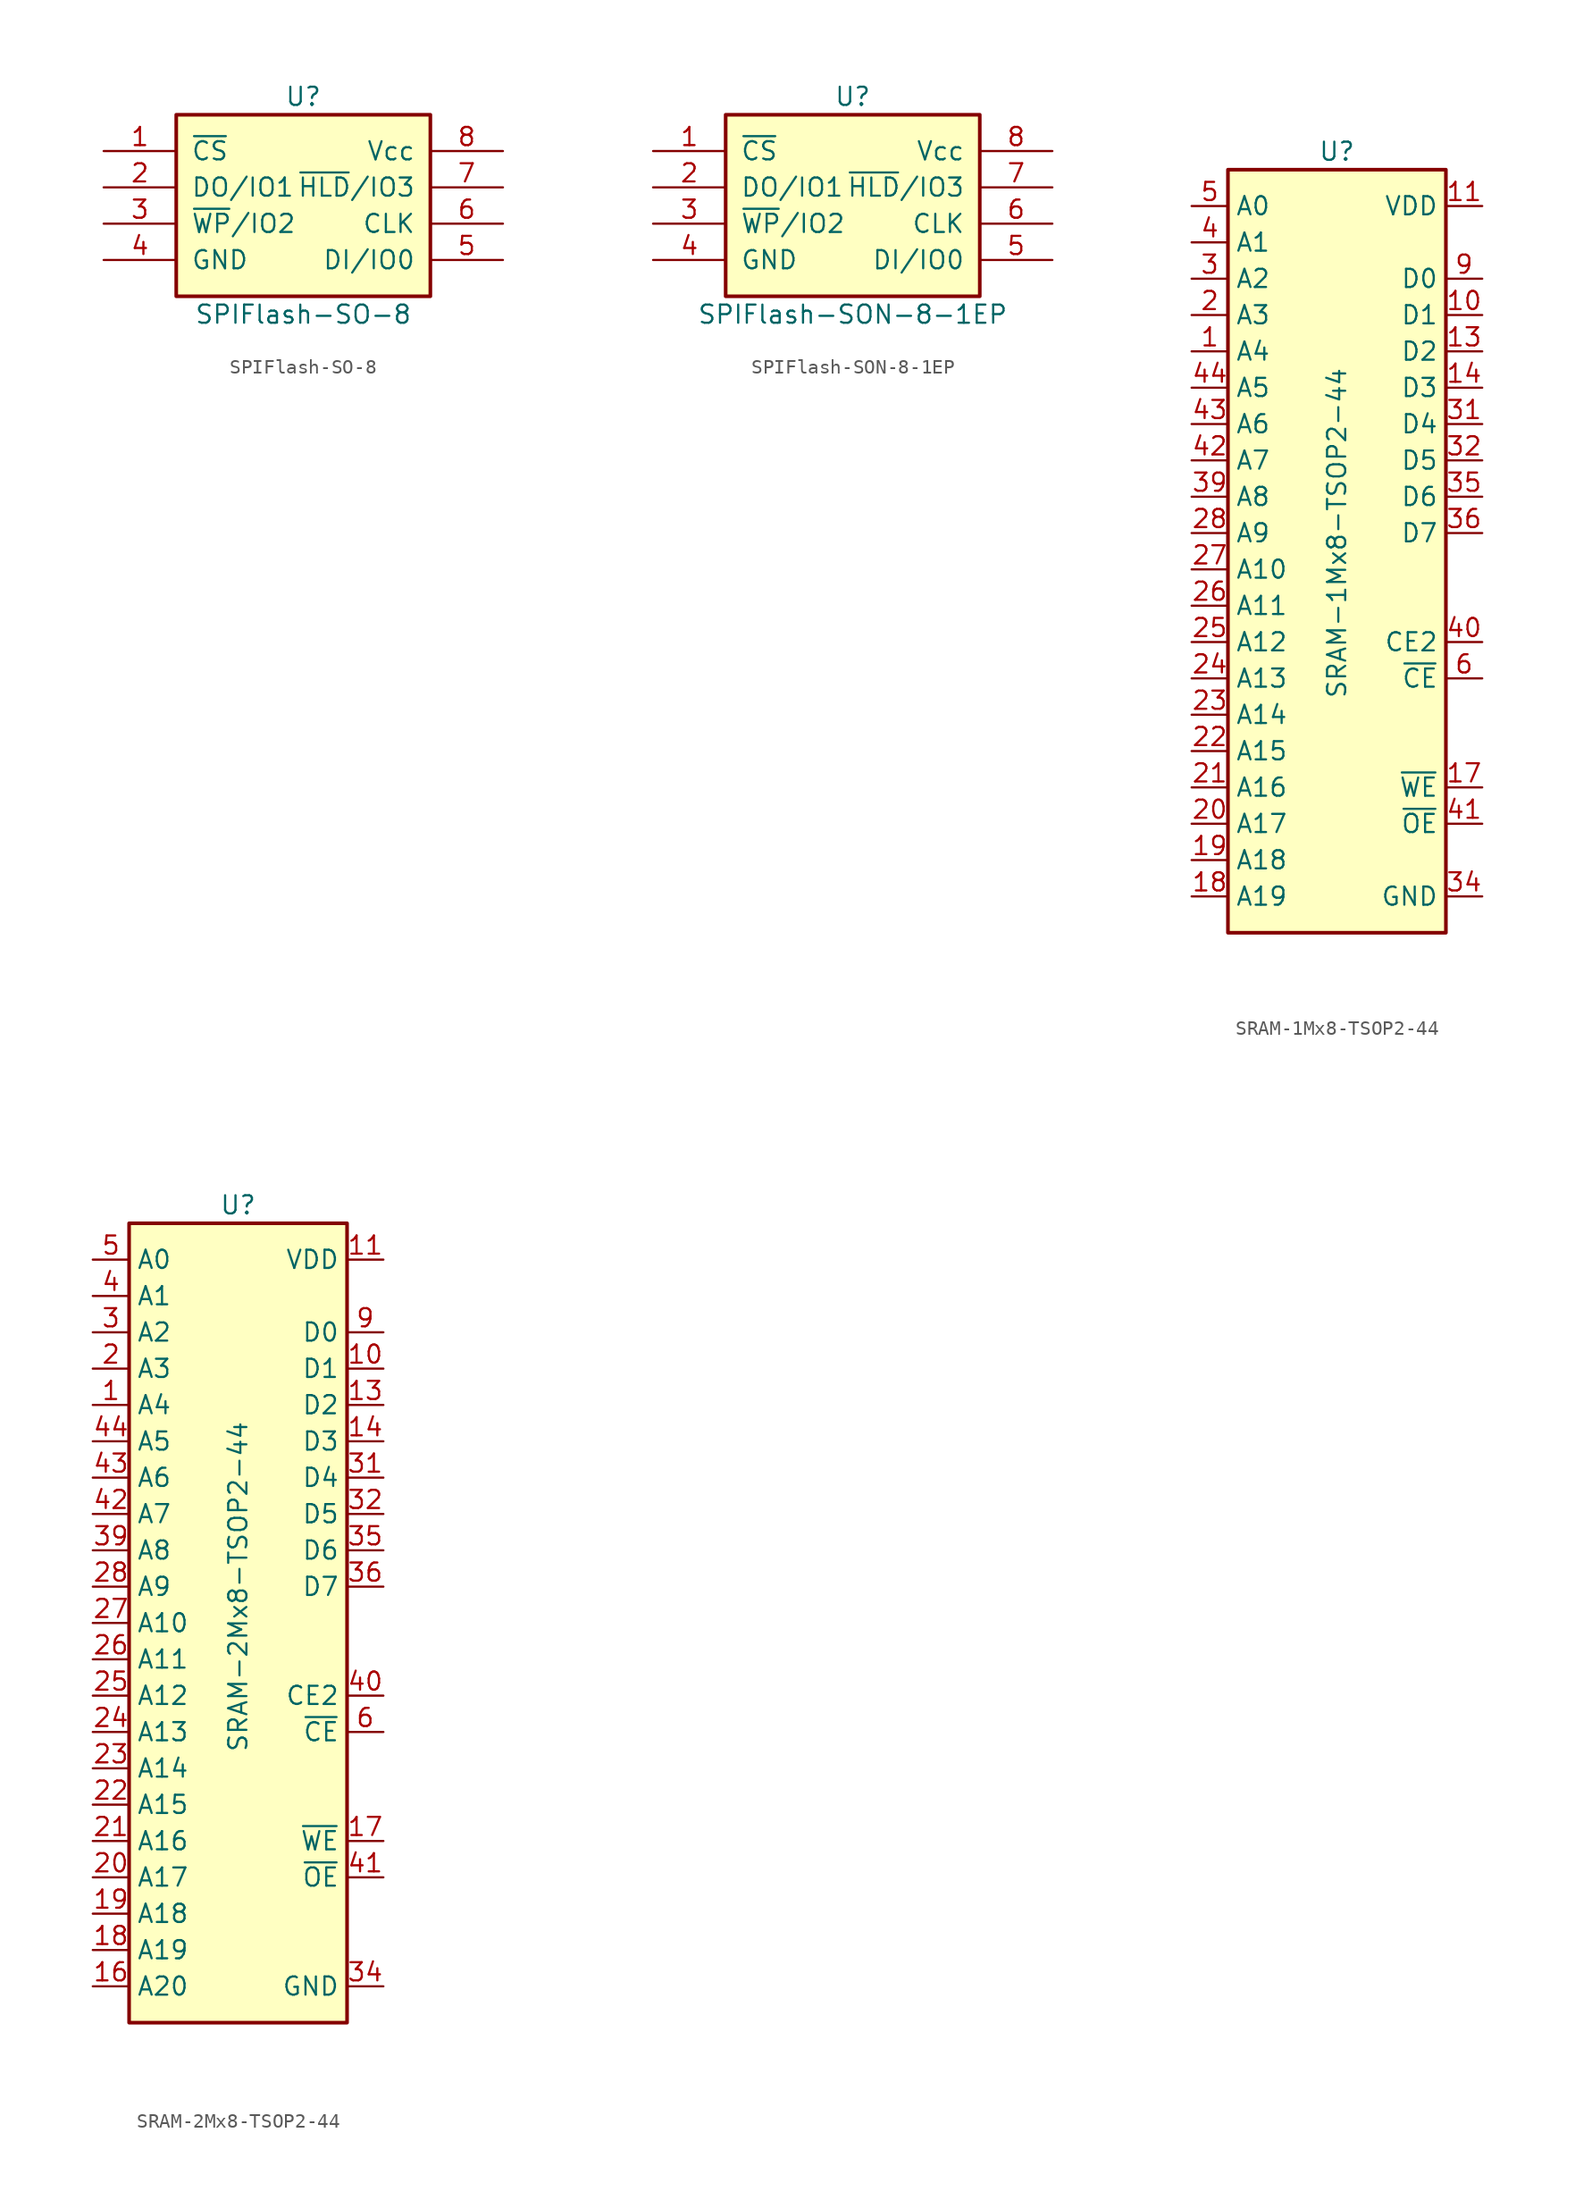
<source format=kicad_sym>
(kicad_symbol_lib
  (version 20231120)
  (generator "kicad_symbol_editor")
  (generator_version "8.0")
  (symbol "SPIFlash-SO-8"
    (pin_names
      (offset 1.016))
    (property "Reference" "U"
      (at 0 8.89 0)
      (effects (font (size 1.27 1.27))))
    (property "Value" "SPIFlash-SO-8"
      (at 0 -6.35 0)
      (effects (font (size 1.27 1.27))))
    (symbol "SPIFlash-SO-8_0_1"
      (rectangle (start -8.89 7.62) (end 8.89 -5.08) (stroke (width 0.254) (type default)) (fill (type background))))
    (symbol "SPIFlash-SO-8_1_1"
      (pin input line (at -13.97 5.08 0) (length 5.08) (name "~{CS}" (effects (font (size 1.27 1.27)))) (number "1" (effects (font (size 1.27 1.27)))))
      (pin bidirectional line (at -13.97 2.54 0) (length 5.08) (name "DO/IO1" (effects (font (size 1.27 1.27)))) (number "2" (effects (font (size 1.27 1.27)))))
      (pin bidirectional line (at -13.97 0 0) (length 5.08) (name "~{WP}/IO2" (effects (font (size 1.27 1.27)))) (number "3" (effects (font (size 1.27 1.27)))))
      (pin power_in line (at -13.97 -2.54 0) (length 5.08) (name "GND" (effects (font (size 1.27 1.27)))) (number "4" (effects (font (size 1.27 1.27)))))
      (pin bidirectional line (at 13.97 -2.54 180) (length 5.08) (name "DI/IO0" (effects (font (size 1.27 1.27)))) (number "5" (effects (font (size 1.27 1.27)))))
      (pin input line (at 13.97 0 180) (length 5.08) (name "CLK" (effects (font (size 1.27 1.27)))) (number "6" (effects (font (size 1.27 1.27)))))
      (pin bidirectional line (at 13.97 2.54 180) (length 5.08) (name "~{HLD}/IO3" (effects (font (size 1.27 1.27)))) (number "7" (effects (font (size 1.27 1.27)))))
      (pin power_in line (at 13.97 5.08 180) (length 5.08) (name "Vcc" (effects (font (size 1.27 1.27)))) (number "8" (effects (font (size 1.27 1.27)))))))
  (symbol "SPIFlash-SON-8-1EP"
    (pin_names
      (offset 1.016))
    (property "Reference" "U"
      (at 0 8.89 0)
      (effects (font (size 1.27 1.27))))
    (property "Value" "SPIFlash-SON-8-1EP"
      (at 0 -6.35 0)
      (effects (font (size 1.27 1.27))))
    (symbol "SPIFlash-SON-8-1EP_0_1"
      (rectangle (start -8.89 7.62) (end 8.89 -5.08) (stroke (width 0.254) (type default)) (fill (type background))))
    (symbol "SPIFlash-SON-8-1EP_1_1"
      (pin input line (at -13.97 5.08 0) (length 5.08) (name "~{CS}" (effects (font (size 1.27 1.27)))) (number "1" (effects (font (size 1.27 1.27)))))
      (pin bidirectional line (at -13.97 2.54 0) (length 5.08) (name "DO/IO1" (effects (font (size 1.27 1.27)))) (number "2" (effects (font (size 1.27 1.27)))))
      (pin bidirectional line (at -13.97 0 0) (length 5.08) (name "~{WP}/IO2" (effects (font (size 1.27 1.27)))) (number "3" (effects (font (size 1.27 1.27)))))
      (pin power_in line (at -13.97 -2.54 0) (length 5.08) (name "GND" (effects (font (size 1.27 1.27)))) (number "4" (effects (font (size 1.27 1.27)))))
      (pin bidirectional line (at 13.97 -2.54 180) (length 5.08) (name "DI/IO0" (effects (font (size 1.27 1.27)))) (number "5" (effects (font (size 1.27 1.27)))))
      (pin input line (at 13.97 0 180) (length 5.08) (name "CLK" (effects (font (size 1.27 1.27)))) (number "6" (effects (font (size 1.27 1.27)))))
      (pin bidirectional line (at 13.97 2.54 180) (length 5.08) (name "~{HLD}/IO3" (effects (font (size 1.27 1.27)))) (number "7" (effects (font (size 1.27 1.27)))))
      (pin power_in line (at 13.97 5.08 180) (length 5.08) (name "Vcc" (effects (font (size 1.27 1.27)))) (number "8" (effects (font (size 1.27 1.27)))))
      (pin power_in line (at -13.97 -2.54 0) (length 5.08) hide (name "GND" (effects (font (size 1.27 1.27)))) (number "9" (effects (font (size 1.27 1.27)))))))
  (symbol "SRAM-1Mx8-TSOP2-44"
    (property "Reference" "U"
      (at 0 27.94 0)
      (effects (font (size 1.27 1.27))))
    (property "Value" "SRAM-1Mx8-TSOP2-44"
      (at 0 1.27 90)
      (effects (font (size 1.27 1.27))))
    (symbol "SRAM-1Mx8-TSOP2-44_0_1"
      (rectangle (start -7.62 26.67) (end 7.62 -26.67) (stroke (width 0.254) (type default)) (fill (type background))))
    (symbol "SRAM-1Mx8-TSOP2-44_1_1"
      (pin input line (at -10.16 13.97 0) (length 2.54) (name "A4" (effects (font (size 1.27 1.27)))) (number "1" (effects (font (size 1.27 1.27)))))
      (pin bidirectional line (at 10.16 16.51 180) (length 2.54) (name "D1" (effects (font (size 1.27 1.27)))) (number "10" (effects (font (size 1.27 1.27)))))
      (pin power_in line (at 10.16 24.13 180) (length 2.54) (name "VDD" (effects (font (size 1.27 1.27)))) (number "11" (effects (font (size 1.27 1.27)))))
      (pin passive line (at 10.16 -24.13 180) (length 2.54) hide (name "GND" (effects (font (size 1.27 1.27)))) (number "12" (effects (font (size 1.27 1.27)))))
      (pin bidirectional line (at 10.16 13.97 180) (length 2.54) (name "D2" (effects (font (size 1.27 1.27)))) (number "13" (effects (font (size 1.27 1.27)))))
      (pin bidirectional line (at 10.16 11.43 180) (length 2.54) (name "D3" (effects (font (size 1.27 1.27)))) (number "14" (effects (font (size 1.27 1.27)))))
      (pin no_connect line (at 10.16 0 180) (length 2.54) hide (name "NC" (effects (font (size 1.27 1.27)))) (number "15" (effects (font (size 1.27 1.27)))))
      (pin no_connect line (at 10.16 20.32 180) (length 2.54) hide (name "NC" (effects (font (size 1.27 1.27)))) (number "16" (effects (font (size 1.27 1.27)))))
      (pin input line (at 10.16 -16.51 180) (length 2.54) (name "~{WE}" (effects (font (size 1.27 1.27)))) (number "17" (effects (font (size 1.27 1.27)))))
      (pin input line (at -10.16 -24.13 0) (length 2.54) (name "A19" (effects (font (size 1.27 1.27)))) (number "18" (effects (font (size 1.27 1.27)))))
      (pin input line (at -10.16 -21.59 0) (length 2.54) (name "A18" (effects (font (size 1.27 1.27)))) (number "19" (effects (font (size 1.27 1.27)))))
      (pin input line (at -10.16 16.51 0) (length 2.54) (name "A3" (effects (font (size 1.27 1.27)))) (number "2" (effects (font (size 1.27 1.27)))))
      (pin input line (at -10.16 -19.05 0) (length 2.54) (name "A17" (effects (font (size 1.27 1.27)))) (number "20" (effects (font (size 1.27 1.27)))))
      (pin input line (at -10.16 -16.51 0) (length 2.54) (name "A16" (effects (font (size 1.27 1.27)))) (number "21" (effects (font (size 1.27 1.27)))))
      (pin input line (at -10.16 -13.97 0) (length 2.54) (name "A15" (effects (font (size 1.27 1.27)))) (number "22" (effects (font (size 1.27 1.27)))))
      (pin input line (at -10.16 -11.43 0) (length 2.54) (name "A14" (effects (font (size 1.27 1.27)))) (number "23" (effects (font (size 1.27 1.27)))))
      (pin input line (at -10.16 -8.89 0) (length 2.54) (name "A13" (effects (font (size 1.27 1.27)))) (number "24" (effects (font (size 1.27 1.27)))))
      (pin input line (at -10.16 -6.35 0) (length 2.54) (name "A12" (effects (font (size 1.27 1.27)))) (number "25" (effects (font (size 1.27 1.27)))))
      (pin input line (at -10.16 -3.81 0) (length 2.54) (name "A11" (effects (font (size 1.27 1.27)))) (number "26" (effects (font (size 1.27 1.27)))))
      (pin input line (at -10.16 -1.27 0) (length 2.54) (name "A10" (effects (font (size 1.27 1.27)))) (number "27" (effects (font (size 1.27 1.27)))))
      (pin input line (at -10.16 1.27 0) (length 2.54) (name "A9" (effects (font (size 1.27 1.27)))) (number "28" (effects (font (size 1.27 1.27)))))
      (pin no_connect line (at 10.16 -1.27 180) (length 2.54) hide (name "NC" (effects (font (size 1.27 1.27)))) (number "29" (effects (font (size 1.27 1.27)))))
      (pin input line (at -10.16 19.05 0) (length 2.54) (name "A2" (effects (font (size 1.27 1.27)))) (number "3" (effects (font (size 1.27 1.27)))))
      (pin no_connect line (at 10.16 -2.54 180) (length 2.54) hide (name "NC" (effects (font (size 1.27 1.27)))) (number "30" (effects (font (size 1.27 1.27)))))
      (pin bidirectional line (at 10.16 8.89 180) (length 2.54) (name "D4" (effects (font (size 1.27 1.27)))) (number "31" (effects (font (size 1.27 1.27)))))
      (pin bidirectional line (at 10.16 6.35 180) (length 2.54) (name "D5" (effects (font (size 1.27 1.27)))) (number "32" (effects (font (size 1.27 1.27)))))
      (pin power_in line (at 10.16 24.13 180) (length 2.54) hide (name "VDD" (effects (font (size 1.27 1.27)))) (number "33" (effects (font (size 1.27 1.27)))))
      (pin power_in line (at 10.16 -24.13 180) (length 2.54) (name "GND" (effects (font (size 1.27 1.27)))) (number "34" (effects (font (size 1.27 1.27)))))
      (pin bidirectional line (at 10.16 3.81 180) (length 2.54) (name "D6" (effects (font (size 1.27 1.27)))) (number "35" (effects (font (size 1.27 1.27)))))
      (pin bidirectional line (at 10.16 1.27 180) (length 2.54) (name "D7" (effects (font (size 1.27 1.27)))) (number "36" (effects (font (size 1.27 1.27)))))
      (pin no_connect line (at 10.16 -3.81 180) (length 2.54) hide (name "NC" (effects (font (size 1.27 1.27)))) (number "37" (effects (font (size 1.27 1.27)))))
      (pin no_connect line (at 10.16 -5.08 180) (length 2.54) hide (name "NC" (effects (font (size 1.27 1.27)))) (number "38" (effects (font (size 1.27 1.27)))))
      (pin input line (at -10.16 3.81 0) (length 2.54) (name "A8" (effects (font (size 1.27 1.27)))) (number "39" (effects (font (size 1.27 1.27)))))
      (pin input line (at -10.16 21.59 0) (length 2.54) (name "A1" (effects (font (size 1.27 1.27)))) (number "4" (effects (font (size 1.27 1.27)))))
      (pin input line (at 10.16 -6.35 180) (length 2.54) (name "CE2" (effects (font (size 1.27 1.27)))) (number "40" (effects (font (size 1.27 1.27)))))
      (pin input line (at 10.16 -19.05 180) (length 2.54) (name "~{OE}" (effects (font (size 1.27 1.27)))) (number "41" (effects (font (size 1.27 1.27)))))
      (pin input line (at -10.16 6.35 0) (length 2.54) (name "A7" (effects (font (size 1.27 1.27)))) (number "42" (effects (font (size 1.27 1.27)))))
      (pin input line (at -10.16 8.89 0) (length 2.54) (name "A6" (effects (font (size 1.27 1.27)))) (number "43" (effects (font (size 1.27 1.27)))))
      (pin input line (at -10.16 11.43 0) (length 2.54) (name "A5" (effects (font (size 1.27 1.27)))) (number "44" (effects (font (size 1.27 1.27)))))
      (pin input line (at -10.16 24.13 0) (length 2.54) (name "A0" (effects (font (size 1.27 1.27)))) (number "5" (effects (font (size 1.27 1.27)))))
      (pin input line (at 10.16 -8.89 180) (length 2.54) (name "~{CE}" (effects (font (size 1.27 1.27)))) (number "6" (effects (font (size 1.27 1.27)))))
      (pin no_connect line (at 10.16 22.86 180) (length 2.54) hide (name "NC" (effects (font (size 1.27 1.27)))) (number "7" (effects (font (size 1.27 1.27)))))
      (pin no_connect line (at 10.16 21.59 180) (length 2.54) hide (name "NC" (effects (font (size 1.27 1.27)))) (number "8" (effects (font (size 1.27 1.27)))))
      (pin bidirectional line (at 10.16 19.05 180) (length 2.54) (name "D0" (effects (font (size 1.27 1.27)))) (number "9" (effects (font (size 1.27 1.27)))))))
  (symbol "SRAM-2Mx8-TSOP2-44"
    (property "Reference" "U"
      (at 0 29.21 0)
      (effects (font (size 1.27 1.27))))
    (property "Value" "SRAM-2Mx8-TSOP2-44"
      (at 0 2.54 90)
      (effects (font (size 1.27 1.27))))
    (symbol "SRAM-2Mx8-TSOP2-44_0_1"
      (rectangle (start -7.62 27.94) (end 7.62 -27.94) (stroke (width 0.254) (type default)) (fill (type background))))
    (symbol "SRAM-2Mx8-TSOP2-44_1_1"
      (pin input line (at -10.16 15.24 0) (length 2.54) (name "A4" (effects (font (size 1.27 1.27)))) (number "1" (effects (font (size 1.27 1.27)))))
      (pin bidirectional line (at 10.16 17.78 180) (length 2.54) (name "D1" (effects (font (size 1.27 1.27)))) (number "10" (effects (font (size 1.27 1.27)))))
      (pin power_in line (at 10.16 25.4 180) (length 2.54) (name "VDD" (effects (font (size 1.27 1.27)))) (number "11" (effects (font (size 1.27 1.27)))))
      (pin passive line (at 10.16 -25.4 180) (length 2.54) hide (name "GND" (effects (font (size 1.27 1.27)))) (number "12" (effects (font (size 1.27 1.27)))))
      (pin bidirectional line (at 10.16 15.24 180) (length 2.54) (name "D2" (effects (font (size 1.27 1.27)))) (number "13" (effects (font (size 1.27 1.27)))))
      (pin bidirectional line (at 10.16 12.7 180) (length 2.54) (name "D3" (effects (font (size 1.27 1.27)))) (number "14" (effects (font (size 1.27 1.27)))))
      (pin no_connect line (at 10.16 1.27 180) (length 2.54) hide (name "NC" (effects (font (size 1.27 1.27)))) (number "15" (effects (font (size 1.27 1.27)))))
      (pin input line (at -10.16 -25.4 0) (length 2.54) (name "A20" (effects (font (size 1.27 1.27)))) (number "16" (effects (font (size 1.27 1.27)))))
      (pin no_connect line (at 10.16 21.59 180) (length 2.54) hide (name "NC" (effects (font (size 1.27 1.27)))) (number "16" (effects (font (size 1.27 1.27)))))
      (pin input line (at 10.16 -15.24 180) (length 2.54) (name "~{WE}" (effects (font (size 1.27 1.27)))) (number "17" (effects (font (size 1.27 1.27)))))
      (pin input line (at -10.16 -22.86 0) (length 2.54) (name "A19" (effects (font (size 1.27 1.27)))) (number "18" (effects (font (size 1.27 1.27)))))
      (pin input line (at -10.16 -20.32 0) (length 2.54) (name "A18" (effects (font (size 1.27 1.27)))) (number "19" (effects (font (size 1.27 1.27)))))
      (pin input line (at -10.16 17.78 0) (length 2.54) (name "A3" (effects (font (size 1.27 1.27)))) (number "2" (effects (font (size 1.27 1.27)))))
      (pin input line (at -10.16 -17.78 0) (length 2.54) (name "A17" (effects (font (size 1.27 1.27)))) (number "20" (effects (font (size 1.27 1.27)))))
      (pin input line (at -10.16 -15.24 0) (length 2.54) (name "A16" (effects (font (size 1.27 1.27)))) (number "21" (effects (font (size 1.27 1.27)))))
      (pin input line (at -10.16 -12.7 0) (length 2.54) (name "A15" (effects (font (size 1.27 1.27)))) (number "22" (effects (font (size 1.27 1.27)))))
      (pin input line (at -10.16 -10.16 0) (length 2.54) (name "A14" (effects (font (size 1.27 1.27)))) (number "23" (effects (font (size 1.27 1.27)))))
      (pin input line (at -10.16 -7.62 0) (length 2.54) (name "A13" (effects (font (size 1.27 1.27)))) (number "24" (effects (font (size 1.27 1.27)))))
      (pin input line (at -10.16 -5.08 0) (length 2.54) (name "A12" (effects (font (size 1.27 1.27)))) (number "25" (effects (font (size 1.27 1.27)))))
      (pin input line (at -10.16 -2.54 0) (length 2.54) (name "A11" (effects (font (size 1.27 1.27)))) (number "26" (effects (font (size 1.27 1.27)))))
      (pin input line (at -10.16 0 0) (length 2.54) (name "A10" (effects (font (size 1.27 1.27)))) (number "27" (effects (font (size 1.27 1.27)))))
      (pin input line (at -10.16 2.54 0) (length 2.54) (name "A9" (effects (font (size 1.27 1.27)))) (number "28" (effects (font (size 1.27 1.27)))))
      (pin no_connect line (at 10.16 0 180) (length 2.54) hide (name "NC" (effects (font (size 1.27 1.27)))) (number "29" (effects (font (size 1.27 1.27)))))
      (pin input line (at -10.16 20.32 0) (length 2.54) (name "A2" (effects (font (size 1.27 1.27)))) (number "3" (effects (font (size 1.27 1.27)))))
      (pin no_connect line (at 10.16 -1.27 180) (length 2.54) hide (name "NC" (effects (font (size 1.27 1.27)))) (number "30" (effects (font (size 1.27 1.27)))))
      (pin bidirectional line (at 10.16 10.16 180) (length 2.54) (name "D4" (effects (font (size 1.27 1.27)))) (number "31" (effects (font (size 1.27 1.27)))))
      (pin bidirectional line (at 10.16 7.62 180) (length 2.54) (name "D5" (effects (font (size 1.27 1.27)))) (number "32" (effects (font (size 1.27 1.27)))))
      (pin power_in line (at 10.16 25.4 180) (length 2.54) hide (name "VDD" (effects (font (size 1.27 1.27)))) (number "33" (effects (font (size 1.27 1.27)))))
      (pin power_in line (at 10.16 -25.4 180) (length 2.54) (name "GND" (effects (font (size 1.27 1.27)))) (number "34" (effects (font (size 1.27 1.27)))))
      (pin bidirectional line (at 10.16 5.08 180) (length 2.54) (name "D6" (effects (font (size 1.27 1.27)))) (number "35" (effects (font (size 1.27 1.27)))))
      (pin bidirectional line (at 10.16 2.54 180) (length 2.54) (name "D7" (effects (font (size 1.27 1.27)))) (number "36" (effects (font (size 1.27 1.27)))))
      (pin no_connect line (at 10.16 -2.54 180) (length 2.54) hide (name "NC" (effects (font (size 1.27 1.27)))) (number "37" (effects (font (size 1.27 1.27)))))
      (pin no_connect line (at 10.16 -3.81 180) (length 2.54) hide (name "NC" (effects (font (size 1.27 1.27)))) (number "38" (effects (font (size 1.27 1.27)))))
      (pin input line (at -10.16 5.08 0) (length 2.54) (name "A8" (effects (font (size 1.27 1.27)))) (number "39" (effects (font (size 1.27 1.27)))))
      (pin input line (at -10.16 22.86 0) (length 2.54) (name "A1" (effects (font (size 1.27 1.27)))) (number "4" (effects (font (size 1.27 1.27)))))
      (pin input line (at 10.16 -5.08 180) (length 2.54) (name "CE2" (effects (font (size 1.27 1.27)))) (number "40" (effects (font (size 1.27 1.27)))))
      (pin input line (at 10.16 -17.78 180) (length 2.54) (name "~{OE}" (effects (font (size 1.27 1.27)))) (number "41" (effects (font (size 1.27 1.27)))))
      (pin input line (at -10.16 7.62 0) (length 2.54) (name "A7" (effects (font (size 1.27 1.27)))) (number "42" (effects (font (size 1.27 1.27)))))
      (pin input line (at -10.16 10.16 0) (length 2.54) (name "A6" (effects (font (size 1.27 1.27)))) (number "43" (effects (font (size 1.27 1.27)))))
      (pin input line (at -10.16 12.7 0) (length 2.54) (name "A5" (effects (font (size 1.27 1.27)))) (number "44" (effects (font (size 1.27 1.27)))))
      (pin input line (at -10.16 25.4 0) (length 2.54) (name "A0" (effects (font (size 1.27 1.27)))) (number "5" (effects (font (size 1.27 1.27)))))
      (pin input line (at 10.16 -7.62 180) (length 2.54) (name "~{CE}" (effects (font (size 1.27 1.27)))) (number "6" (effects (font (size 1.27 1.27)))))
      (pin no_connect line (at 10.16 24.13 180) (length 2.54) hide (name "NC" (effects (font (size 1.27 1.27)))) (number "7" (effects (font (size 1.27 1.27)))))
      (pin no_connect line (at 10.16 22.86 180) (length 2.54) hide (name "NC" (effects (font (size 1.27 1.27)))) (number "8" (effects (font (size 1.27 1.27)))))
      (pin bidirectional line (at 10.16 20.32 180) (length 2.54) (name "D0" (effects (font (size 1.27 1.27)))) (number "9" (effects (font (size 1.27 1.27))))))))
</source>
